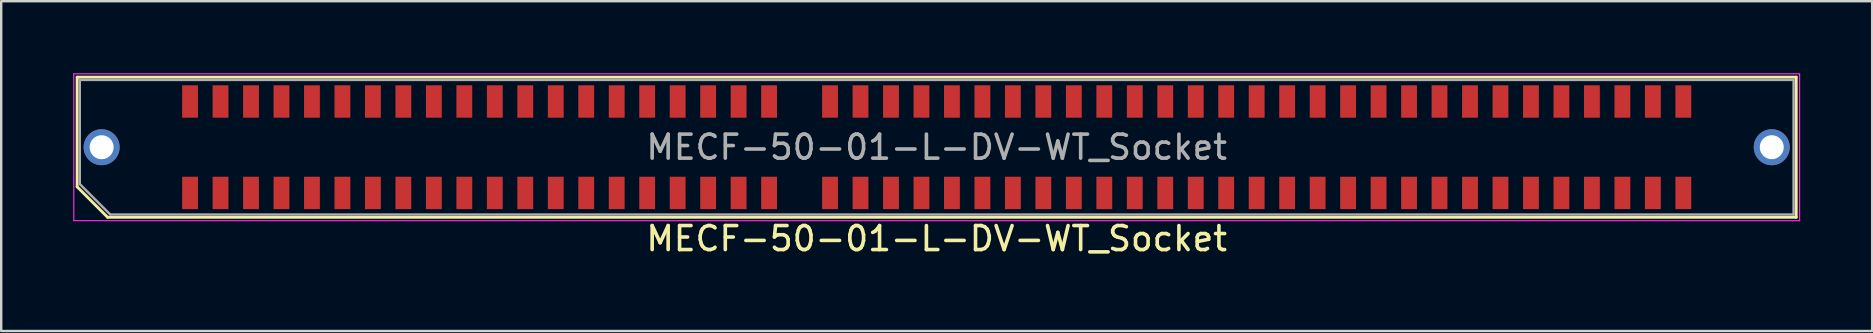
<source format=kicad_pcb>
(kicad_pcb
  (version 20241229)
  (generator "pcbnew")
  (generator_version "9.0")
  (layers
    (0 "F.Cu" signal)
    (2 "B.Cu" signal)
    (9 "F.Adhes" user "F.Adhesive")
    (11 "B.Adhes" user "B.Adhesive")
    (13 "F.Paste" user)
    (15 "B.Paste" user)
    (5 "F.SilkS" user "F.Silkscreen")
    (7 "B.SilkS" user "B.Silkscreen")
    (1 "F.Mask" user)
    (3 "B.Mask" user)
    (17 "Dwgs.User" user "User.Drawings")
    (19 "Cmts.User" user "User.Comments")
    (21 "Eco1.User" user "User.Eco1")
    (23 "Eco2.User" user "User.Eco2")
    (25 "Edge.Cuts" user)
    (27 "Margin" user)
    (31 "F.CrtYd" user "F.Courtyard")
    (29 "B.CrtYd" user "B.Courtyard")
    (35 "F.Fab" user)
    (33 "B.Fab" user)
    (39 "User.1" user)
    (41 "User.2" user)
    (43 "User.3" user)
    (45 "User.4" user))
  (footprint "MECF-50-01-L-DV-WT_Socket"
    (layer "F.Cu")
    (at 35.985 3.085)
    (property "Reference" "MECF-50-01-L-DV-WT_Socket" (at 0 3.81 0) (layer "F.SilkS") (effects (font (size 1 1) (thickness 0.15))))
    (attr smd)
    (fp_line (start -35.82 -2.92) (end 35.82 -2.92) (stroke (width 0.12) (type solid)) (layer "F.SilkS"))
    (fp_line (start -35.82 1.65) (end -35.82 -2.92) (stroke (width 0.12) (type solid)) (layer "F.SilkS"))
    (fp_line (start -34.55 2.92) (end -35.82 1.65) (stroke (width 0.12) (type solid)) (layer "F.SilkS"))
    (fp_line (start -34.55 2.92) (end 35.82 2.92) (stroke (width 0.12) (type solid)) (layer "F.SilkS"))
    (fp_line (start 35.82 2.92) (end 35.82 -2.92) (stroke (width 0.12) (type solid)) (layer "F.SilkS"))
    (fp_line (start -35.96 -3.06) (end -35.96 3.06) (stroke (width 0.05) (type solid)) (layer "F.CrtYd"))
    (fp_line (start -35.96 3.06) (end 35.96 3.06) (stroke (width 0.05) (type solid)) (layer "F.CrtYd"))
    (fp_line (start 35.96 -3.06) (end -35.96 -3.06) (stroke (width 0.05) (type solid)) (layer "F.CrtYd"))
    (fp_line (start 35.96 3.06) (end 35.96 -3.06) (stroke (width 0.05) (type solid)) (layer "F.CrtYd"))
    (fp_line (start -35.71 -2.805) (end 35.71 -2.805) (stroke (width 0.1) (type solid)) (layer "F.Fab"))
    (fp_line (start -35.71 1.535) (end -35.71 -2.805) (stroke (width 0.1) (type solid)) (layer "F.Fab"))
    (fp_line (start -35.71 1.535) (end -34.44 2.805) (stroke (width 0.1) (type solid)) (layer "F.Fab"))
    (fp_line (start -34.44 2.805) (end 35.71 2.805) (stroke (width 0.1) (type solid)) (layer "F.Fab"))
    (fp_line (start 35.71 2.805) (end 35.71 -2.805) (stroke (width 0.1) (type solid)) (layer "F.Fab"))
    (fp_text user "${REFERENCE}" (at 0 0 0) (layer "F.Fab") (effects (font (size 1 1) (thickness 0.15))))
    (pad "" thru_hole circle (at -34.8 0) (size 1.5 1.5) (drill 1) (layers "*.Cu" "*.Mask"))
    (pad "" np_thru_hole circle (at -32.895 0) (size 0.001 0.001) (drill 1.45) (layers "*.Cu" "*.Mask"))
    (pad "" np_thru_hole circle (at 32.895 1) (size 0.001 0.001) (drill 1.45) (layers "*.Cu" "*.Mask"))
    (pad "" thru_hole circle (at 34.8 0) (size 1.5 1.5) (drill 1) (layers "*.Cu" "*.Mask"))
    (pad "1" smd rect (at -31.115 1.905) (size 0.66 1.35) (layers "F.Cu" "F.Mask" "F.Paste"))
    (pad "2" smd rect (at -31.115 -1.905) (size 0.66 1.35) (layers "F.Cu" "F.Mask" "F.Paste"))
    (pad "3" smd rect (at -29.845 1.905) (size 0.66 1.35) (layers "F.Cu" "F.Mask" "F.Paste"))
    (pad "4" smd rect (at -29.845 -1.905) (size 0.66 1.35) (layers "F.Cu" "F.Mask" "F.Paste"))
    (pad "5" smd rect (at -28.575 1.905) (size 0.66 1.35) (layers "F.Cu" "F.Mask" "F.Paste"))
    (pad "6" smd rect (at -28.575 -1.905) (size 0.66 1.35) (layers "F.Cu" "F.Mask" "F.Paste"))
    (pad "7" smd rect (at -27.305 1.905) (size 0.66 1.35) (layers "F.Cu" "F.Mask" "F.Paste"))
    (pad "8" smd rect (at -27.305 -1.905) (size 0.66 1.35) (layers "F.Cu" "F.Mask" "F.Paste"))
    (pad "9" smd rect (at -26.035 1.905) (size 0.66 1.35) (layers "F.Cu" "F.Mask" "F.Paste"))
    (pad "10" smd rect (at -26.035 -1.905) (size 0.66 1.35) (layers "F.Cu" "F.Mask" "F.Paste"))
    (pad "11" smd rect (at -24.765 1.905) (size 0.66 1.35) (layers "F.Cu" "F.Mask" "F.Paste"))
    (pad "12" smd rect (at -24.765 -1.905) (size 0.66 1.35) (layers "F.Cu" "F.Mask" "F.Paste"))
    (pad "13" smd rect (at -23.495 1.905) (size 0.66 1.35) (layers "F.Cu" "F.Mask" "F.Paste"))
    (pad "14" smd rect (at -23.495 -1.905) (size 0.66 1.35) (layers "F.Cu" "F.Mask" "F.Paste"))
    (pad "15" smd rect (at -22.225 1.905) (size 0.66 1.35) (layers "F.Cu" "F.Mask" "F.Paste"))
    (pad "16" smd rect (at -22.225 -1.905) (size 0.66 1.35) (layers "F.Cu" "F.Mask" "F.Paste"))
    (pad "17" smd rect (at -20.955 1.905) (size 0.66 1.35) (layers "F.Cu" "F.Mask" "F.Paste"))
    (pad "18" smd rect (at -20.955 -1.905) (size 0.66 1.35) (layers "F.Cu" "F.Mask" "F.Paste"))
    (pad "19" smd rect (at -19.685 1.905) (size 0.66 1.35) (layers "F.Cu" "F.Mask" "F.Paste"))
    (pad "20" smd rect (at -19.685 -1.905) (size 0.66 1.35) (layers "F.Cu" "F.Mask" "F.Paste"))
    (pad "21" smd rect (at -18.415 1.905) (size 0.66 1.35) (layers "F.Cu" "F.Mask" "F.Paste"))
    (pad "22" smd rect (at -18.415 -1.905) (size 0.66 1.35) (layers "F.Cu" "F.Mask" "F.Paste"))
    (pad "23" smd rect (at -17.145 1.905) (size 0.66 1.35) (layers "F.Cu" "F.Mask" "F.Paste"))
    (pad "24" smd rect (at -17.145 -1.905) (size 0.66 1.35) (layers "F.Cu" "F.Mask" "F.Paste"))
    (pad "25" smd rect (at -15.875 1.905) (size 0.66 1.35) (layers "F.Cu" "F.Mask" "F.Paste"))
    (pad "26" smd rect (at -15.875 -1.905) (size 0.66 1.35) (layers "F.Cu" "F.Mask" "F.Paste"))
    (pad "27" smd rect (at -14.605 1.905) (size 0.66 1.35) (layers "F.Cu" "F.Mask" "F.Paste"))
    (pad "28" smd rect (at -14.605 -1.905) (size 0.66 1.35) (layers "F.Cu" "F.Mask" "F.Paste"))
    (pad "29" smd rect (at -13.335 1.905) (size 0.66 1.35) (layers "F.Cu" "F.Mask" "F.Paste"))
    (pad "30" smd rect (at -13.335 -1.905) (size 0.66 1.35) (layers "F.Cu" "F.Mask" "F.Paste"))
    (pad "31" smd rect (at -12.065 1.905) (size 0.66 1.35) (layers "F.Cu" "F.Mask" "F.Paste"))
    (pad "32" smd rect (at -12.065 -1.905) (size 0.66 1.35) (layers "F.Cu" "F.Mask" "F.Paste"))
    (pad "33" smd rect (at -10.795 1.905) (size 0.66 1.35) (layers "F.Cu" "F.Mask" "F.Paste"))
    (pad "34" smd rect (at -10.795 -1.905) (size 0.66 1.35) (layers "F.Cu" "F.Mask" "F.Paste"))
    (pad "35" smd rect (at -9.525 1.905) (size 0.66 1.35) (layers "F.Cu" "F.Mask" "F.Paste"))
    (pad "36" smd rect (at -9.525 -1.905) (size 0.66 1.35) (layers "F.Cu" "F.Mask" "F.Paste"))
    (pad "37" smd rect (at -8.255 1.905) (size 0.66 1.35) (layers "F.Cu" "F.Mask" "F.Paste"))
    (pad "38" smd rect (at -8.255 -1.905) (size 0.66 1.35) (layers "F.Cu" "F.Mask" "F.Paste"))
    (pad "39" smd rect (at -6.985 1.905) (size 0.66 1.35) (layers "F.Cu" "F.Mask" "F.Paste"))
    (pad "40" smd rect (at -6.985 -1.905) (size 0.66 1.35) (layers "F.Cu" "F.Mask" "F.Paste"))
    (pad "43" smd rect (at -4.445 1.905) (size 0.66 1.35) (layers "F.Cu" "F.Mask" "F.Paste"))
    (pad "44" smd rect (at -4.445 -1.905) (size 0.66 1.35) (layers "F.Cu" "F.Mask" "F.Paste"))
    (pad "45" smd rect (at -3.175 1.905) (size 0.66 1.35) (layers "F.Cu" "F.Mask" "F.Paste"))
    (pad "46" smd rect (at -3.175 -1.905) (size 0.66 1.35) (layers "F.Cu" "F.Mask" "F.Paste"))
    (pad "47" smd rect (at -1.905 1.905) (size 0.66 1.35) (layers "F.Cu" "F.Mask" "F.Paste"))
    (pad "48" smd rect (at -1.905 -1.905) (size 0.66 1.35) (layers "F.Cu" "F.Mask" "F.Paste"))
    (pad "49" smd rect (at -0.635 1.905) (size 0.66 1.35) (layers "F.Cu" "F.Mask" "F.Paste"))
    (pad "50" smd rect (at -0.635 -1.905) (size 0.66 1.35) (layers "F.Cu" "F.Mask" "F.Paste"))
    (pad "51" smd rect (at 0.635 1.905) (size 0.66 1.35) (layers "F.Cu" "F.Mask" "F.Paste"))
    (pad "52" smd rect (at 0.635 -1.905) (size 0.66 1.35) (layers "F.Cu" "F.Mask" "F.Paste"))
    (pad "53" smd rect (at 1.905 1.905) (size 0.66 1.35) (layers "F.Cu" "F.Mask" "F.Paste"))
    (pad "54" smd rect (at 1.905 -1.905) (size 0.66 1.35) (layers "F.Cu" "F.Mask" "F.Paste"))
    (pad "55" smd rect (at 3.175 1.905) (size 0.66 1.35) (layers "F.Cu" "F.Mask" "F.Paste"))
    (pad "56" smd rect (at 3.175 -1.905) (size 0.66 1.35) (layers "F.Cu" "F.Mask" "F.Paste"))
    (pad "57" smd rect (at 4.445 1.905) (size 0.66 1.35) (layers "F.Cu" "F.Mask" "F.Paste"))
    (pad "58" smd rect (at 4.445 -1.905) (size 0.66 1.35) (layers "F.Cu" "F.Mask" "F.Paste"))
    (pad "59" smd rect (at 5.715 1.905) (size 0.66 1.35) (layers "F.Cu" "F.Mask" "F.Paste"))
    (pad "60" smd rect (at 5.715 -1.905) (size 0.66 1.35) (layers "F.Cu" "F.Mask" "F.Paste"))
    (pad "61" smd rect (at 6.985 1.905) (size 0.66 1.35) (layers "F.Cu" "F.Mask" "F.Paste"))
    (pad "62" smd rect (at 6.985 -1.905) (size 0.66 1.35) (layers "F.Cu" "F.Mask" "F.Paste"))
    (pad "63" smd rect (at 8.255 1.905) (size 0.66 1.35) (layers "F.Cu" "F.Mask" "F.Paste"))
    (pad "64" smd rect (at 8.255 -1.905) (size 0.66 1.35) (layers "F.Cu" "F.Mask" "F.Paste"))
    (pad "65" smd rect (at 9.525 1.905) (size 0.66 1.35) (layers "F.Cu" "F.Mask" "F.Paste"))
    (pad "66" smd rect (at 9.525 -1.905) (size 0.66 1.35) (layers "F.Cu" "F.Mask" "F.Paste"))
    (pad "67" smd rect (at 10.795 1.905) (size 0.66 1.35) (layers "F.Cu" "F.Mask" "F.Paste"))
    (pad "68" smd rect (at 10.795 -1.905) (size 0.66 1.35) (layers "F.Cu" "F.Mask" "F.Paste"))
    (pad "69" smd rect (at 12.065 1.905) (size 0.66 1.35) (layers "F.Cu" "F.Mask" "F.Paste"))
    (pad "70" smd rect (at 12.065 -1.905) (size 0.66 1.35) (layers "F.Cu" "F.Mask" "F.Paste"))
    (pad "71" smd rect (at 13.335 1.905) (size 0.66 1.35) (layers "F.Cu" "F.Mask" "F.Paste"))
    (pad "72" smd rect (at 13.335 -1.905) (size 0.66 1.35) (layers "F.Cu" "F.Mask" "F.Paste"))
    (pad "73" smd rect (at 14.605 1.905) (size 0.66 1.35) (layers "F.Cu" "F.Mask" "F.Paste"))
    (pad "74" smd rect (at 14.605 -1.905) (size 0.66 1.35) (layers "F.Cu" "F.Mask" "F.Paste"))
    (pad "75" smd rect (at 15.875 1.905) (size 0.66 1.35) (layers "F.Cu" "F.Mask" "F.Paste"))
    (pad "76" smd rect (at 15.875 -1.905) (size 0.66 1.35) (layers "F.Cu" "F.Mask" "F.Paste"))
    (pad "77" smd rect (at 17.145 1.905) (size 0.66 1.35) (layers "F.Cu" "F.Mask" "F.Paste"))
    (pad "78" smd rect (at 17.145 -1.905) (size 0.66 1.35) (layers "F.Cu" "F.Mask" "F.Paste"))
    (pad "79" smd rect (at 18.415 1.905) (size 0.66 1.35) (layers "F.Cu" "F.Mask" "F.Paste"))
    (pad "80" smd rect (at 18.415 -1.905) (size 0.66 1.35) (layers "F.Cu" "F.Mask" "F.Paste"))
    (pad "81" smd rect (at 19.685 1.905) (size 0.66 1.35) (layers "F.Cu" "F.Mask" "F.Paste"))
    (pad "82" smd rect (at 19.685 -1.905) (size 0.66 1.35) (layers "F.Cu" "F.Mask" "F.Paste"))
    (pad "83" smd rect (at 20.955 1.905) (size 0.66 1.35) (layers "F.Cu" "F.Mask" "F.Paste"))
    (pad "84" smd rect (at 20.955 -1.905) (size 0.66 1.35) (layers "F.Cu" "F.Mask" "F.Paste"))
    (pad "85" smd rect (at 22.225 1.905) (size 0.66 1.35) (layers "F.Cu" "F.Mask" "F.Paste"))
    (pad "86" smd rect (at 22.225 -1.905) (size 0.66 1.35) (layers "F.Cu" "F.Mask" "F.Paste"))
    (pad "87" smd rect (at 23.495 1.905) (size 0.66 1.35) (layers "F.Cu" "F.Mask" "F.Paste"))
    (pad "88" smd rect (at 23.495 -1.905) (size 0.66 1.35) (layers "F.Cu" "F.Mask" "F.Paste"))
    (pad "89" smd rect (at 24.765 1.905) (size 0.66 1.35) (layers "F.Cu" "F.Mask" "F.Paste"))
    (pad "90" smd rect (at 24.765 -1.905) (size 0.66 1.35) (layers "F.Cu" "F.Mask" "F.Paste"))
    (pad "91" smd rect (at 26.035 1.905) (size 0.66 1.35) (layers "F.Cu" "F.Mask" "F.Paste"))
    (pad "92" smd rect (at 26.035 -1.905) (size 0.66 1.35) (layers "F.Cu" "F.Mask" "F.Paste"))
    (pad "93" smd rect (at 27.305 1.905) (size 0.66 1.35) (layers "F.Cu" "F.Mask" "F.Paste"))
    (pad "94" smd rect (at 27.305 -1.905) (size 0.66 1.35) (layers "F.Cu" "F.Mask" "F.Paste"))
    (pad "95" smd rect (at 28.575 1.905) (size 0.66 1.35) (layers "F.Cu" "F.Mask" "F.Paste"))
    (pad "96" smd rect (at 28.575 -1.905) (size 0.66 1.35) (layers "F.Cu" "F.Mask" "F.Paste"))
    (pad "97" smd rect (at 29.845 1.905) (size 0.66 1.35) (layers "F.Cu" "F.Mask" "F.Paste"))
    (pad "98" smd rect (at 29.845 -1.905) (size 0.66 1.35) (layers "F.Cu" "F.Mask" "F.Paste"))
    (pad "99" smd rect (at 31.115 1.905) (size 0.66 1.35) (layers "F.Cu" "F.Mask" "F.Paste"))
    (pad "100" smd rect (at 31.115 -1.905) (size 0.66 1.35) (layers "F.Cu" "F.Mask" "F.Paste")))
  (gr_rect
    (start -3 -3)
    (end 74.97 10.743)
    (stroke (width 0.1) (type default))
    (fill no)
    (layer "Edge.Cuts")))
</source>
